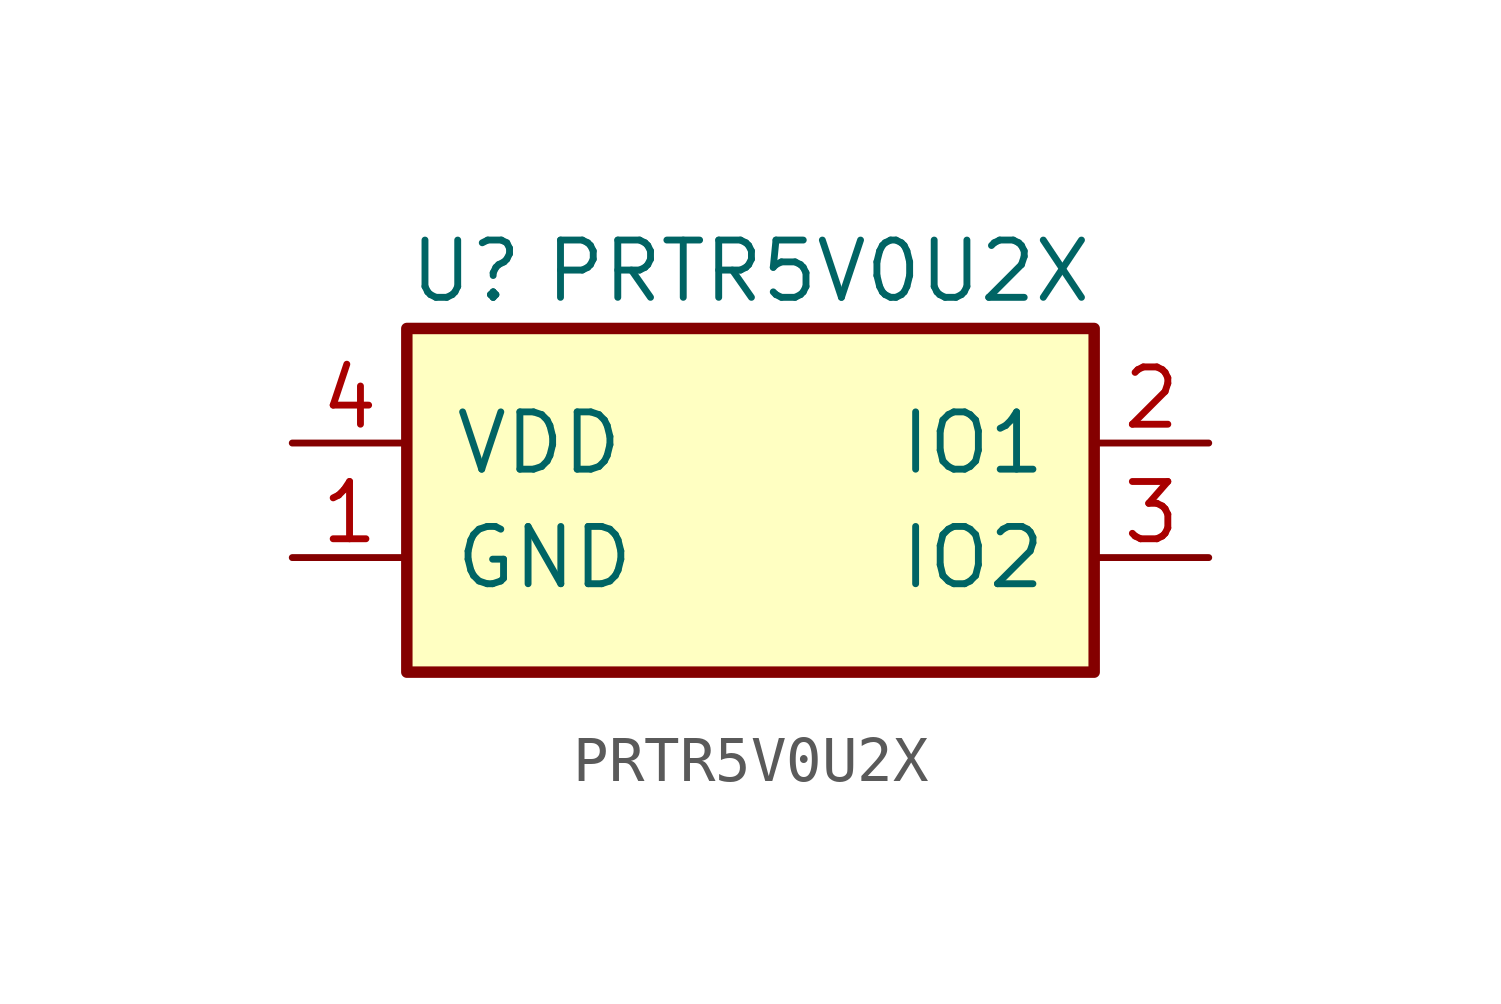
<source format=kicad_sym>
(kicad_symbol_lib
  (version 20211014)
  (generator kicad_symbol_editor)
  (symbol "PRTR5V0U2X"
    (pin_names
      (offset 1.016))
    (property "Reference" "U"
      (at -7.62 3.81 0)
      (effects (font (size 1.27 1.27)) (justify left)))
    (property "Value" "PRTR5V0U2X"
      (at 7.62 3.81 0)
      (effects (font (size 1.27 1.27)) (justify right)))
    (symbol "PRTR5V0U2X_0_1"
      (rectangle (start -7.62 2.54) (end 7.62 -5.08) (stroke (width 0.254) (type default) (color 0 0 0 0)) (fill (type background))))
    (symbol "PRTR5V0U2X_1_1"
      (pin power_in line (at -10.16 -2.54 0) (length 2.54) (name "GND" (effects (font (size 1.27 1.27)))) (number "1" (effects (font (size 1.27 1.27)))))
      (pin input line (at 10.16 0 180) (length 2.54) (name "IO1" (effects (font (size 1.27 1.27)))) (number "2" (effects (font (size 1.27 1.27)))))
      (pin input line (at 10.16 -2.54 180) (length 2.54) (name "IO2" (effects (font (size 1.27 1.27)))) (number "3" (effects (font (size 1.27 1.27)))))
      (pin power_in line (at -10.16 0 0) (length 2.54) (name "VDD" (effects (font (size 1.27 1.27)))) (number "4" (effects (font (size 1.27 1.27))))))))
</source>
